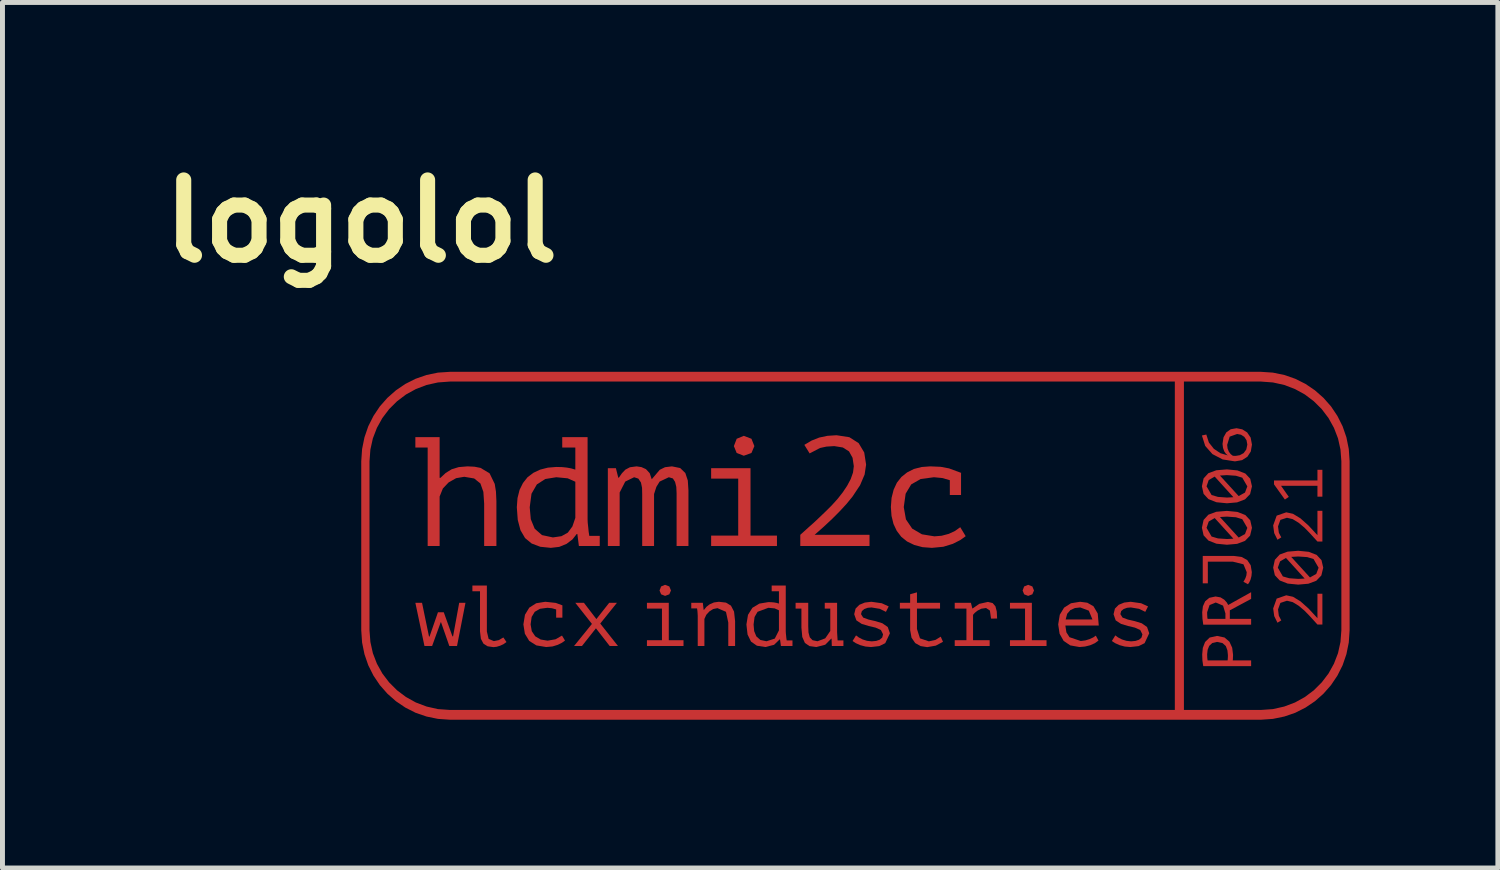
<source format=kicad_pcb>
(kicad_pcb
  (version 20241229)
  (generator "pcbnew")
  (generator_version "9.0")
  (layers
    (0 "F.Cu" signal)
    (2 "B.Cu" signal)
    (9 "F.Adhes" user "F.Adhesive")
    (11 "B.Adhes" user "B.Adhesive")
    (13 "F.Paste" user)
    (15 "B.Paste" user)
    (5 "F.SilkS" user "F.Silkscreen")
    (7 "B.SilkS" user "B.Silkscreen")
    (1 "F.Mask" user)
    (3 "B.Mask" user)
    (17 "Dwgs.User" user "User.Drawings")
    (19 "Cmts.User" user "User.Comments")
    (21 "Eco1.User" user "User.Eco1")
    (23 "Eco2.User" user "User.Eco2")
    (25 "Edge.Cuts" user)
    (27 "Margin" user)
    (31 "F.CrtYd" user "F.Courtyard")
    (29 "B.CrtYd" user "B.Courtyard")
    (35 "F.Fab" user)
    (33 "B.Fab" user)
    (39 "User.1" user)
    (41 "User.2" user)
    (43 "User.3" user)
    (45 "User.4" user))
  (footprint "logolol"
    (layer "F.Cu")
    (at 4.26 4.474)
    (property "Reference" "logolol" (at 0 -3.048 0) (layer "F.SilkS") (effects (font (size 1.524 1.524) (thickness 0.305))))
    (attr exclude_from_pos_files exclude_from_bom)
    (fp_poly (pts (xy 16.463 0.099) (xy 16.463 6.941) (xy 16.647 6.941) (xy 16.647 0.099) (xy 16.463 0.099)) (stroke (width 0) (type solid)) (fill yes) (layer "F.Cu"))
    (fp_poly (pts (xy 19.349 2.526) (xy 19.349 2.307) (xy 18.613 2.307) (xy 18.769 2.53) (xy 18.69 2.585) (xy 18.47 2.277) (xy 18.47 2.199) (xy 19.349 2.199) (xy 19.349 1.983) (xy 19.449 1.983) (xy 19.449 2.526) (xy 19.349 2.526)) (stroke (width 0) (type solid)) (fill yes) (layer "F.Cu"))
    (fp_poly (pts (xy 4.668 5.101) (xy 4.331 4.674) (xy 4.506 4.674) (xy 4.758 5.003) (xy 5.017 4.674) (xy 5.174 4.674) (xy 4.836 5.094) (xy 5.195 5.548) (xy 5.027 5.548) (xy 4.749 5.19) (xy 4.466 5.548) (xy 4.306 5.548) (xy 4.668 5.101)) (stroke (width 0) (type solid)) (fill yes) (layer "F.Cu"))
    (fp_poly (pts (xy 1.67 4.866) (xy 1.845 5.352) (xy 1.858 5.352) (xy 1.982 4.674) (xy 2.109 4.674) (xy 1.938 5.548) (xy 1.782 5.548) (xy 1.614 5.066) (xy 1.609 5.066) (xy 1.434 5.548) (xy 1.279 5.548) (xy 1.095 4.674) (xy 1.23 4.674) (xy 1.371 5.356) (xy 1.382 5.356) (xy 1.552 4.866) (xy 1.67 4.866)) (stroke (width 0) (type solid)) (fill yes) (layer "F.Cu"))
    (fp_poly (pts (xy 2.249 4.324) (xy 2.542 4.324) (xy 2.542 5.254) (xy 2.578 5.405) (xy 2.683 5.449) (xy 2.783 5.429) (xy 2.876 5.375) (xy 2.939 5.468) (xy 2.877 5.512) (xy 2.809 5.543) (xy 2.739 5.564) (xy 2.674 5.571) (xy 2.557 5.554) (xy 2.473 5.501) (xy 2.421 5.403) (xy 2.403 5.254) (xy 2.403 4.441) (xy 2.249 4.441) (xy 2.249 4.324)) (stroke (width 0) (type solid)) (fill yes) (layer "F.Cu"))
    (fp_poly (pts (xy 5.781 5.548) (xy 5.781 5.431) (xy 6.085 5.431) (xy 6.085 4.791) (xy 5.781 4.791) (xy 5.781 4.674) (xy 6.036 4.425) (xy 6.068 4.343) (xy 6.148 4.31) (xy 6.234 4.343) (xy 6.267 4.425) (xy 6.234 4.502) (xy 6.148 4.534) (xy 6.068 4.502) (xy 6.036 4.425) (xy 5.781 4.674) (xy 6.223 4.674) (xy 6.223 5.431) (xy 6.521 5.431) (xy 6.521 5.548) (xy 5.781 5.548)) (stroke (width 0) (type solid)) (fill yes) (layer "F.Cu"))
    (fp_poly (pts (xy 7.08 3.525) (xy 7.08 3.314) (xy 7.628 3.314) (xy 7.628 2.161) (xy 7.08 2.161) (xy 7.08 1.95) (xy 7.54 1.503) (xy 7.597 1.355) (xy 7.741 1.295) (xy 7.896 1.355) (xy 7.955 1.503) (xy 7.896 1.642) (xy 7.741 1.698) (xy 7.597 1.642) (xy 7.54 1.503) (xy 7.08 1.95) (xy 7.877 1.95) (xy 7.877 3.314) (xy 8.412 3.314) (xy 8.412 3.525) (xy 7.08 3.525)) (stroke (width 0) (type solid)) (fill yes) (layer "F.Cu"))
    (fp_poly (pts (xy 13.127 5.548) (xy 13.127 5.431) (xy 13.432 5.431) (xy 13.432 4.791) (xy 13.127 4.791) (xy 13.127 4.674) (xy 13.383 4.425) (xy 13.414 4.343) (xy 13.495 4.31) (xy 13.58 4.343) (xy 13.613 4.425) (xy 13.58 4.502) (xy 13.495 4.534) (xy 13.414 4.502) (xy 13.383 4.425) (xy 13.127 4.674) (xy 13.57 4.674) (xy 13.57 5.431) (xy 13.867 5.431) (xy 13.867 5.548) (xy 13.127 5.548)) (stroke (width 0) (type solid)) (fill yes) (layer "F.Cu"))
    (fp_poly (pts (xy 17.028 4.28) (xy 17.028 3.726) (xy 17.66 3.726) (xy 17.816 3.747) (xy 17.929 3.81) (xy 17.998 3.913) (xy 18.021 4.052) (xy 18.014 4.132) (xy 17.995 4.205) (xy 17.969 4.262) (xy 17.943 4.298) (xy 17.851 4.248) (xy 17.872 4.213) (xy 17.893 4.172) (xy 17.911 4.119) (xy 17.918 4.055) (xy 17.852 3.895) (xy 17.639 3.842) (xy 17.131 3.842) (xy 17.131 4.28) (xy 17.028 4.28)) (stroke (width 0) (type solid)) (fill yes) (layer "F.Cu"))
    (fp_poly (pts (xy 10.899 4.674) (xy 11.107 4.674) (xy 11.107 4.501) (xy 11.245 4.462) (xy 11.245 4.674) (xy 11.712 4.674) (xy 11.712 4.791) (xy 11.245 4.791) (xy 11.245 5.204) (xy 11.306 5.393) (xy 11.485 5.454) (xy 11.621 5.424) (xy 11.726 5.359) (xy 11.772 5.463) (xy 11.626 5.541) (xy 11.452 5.571) (xy 11.32 5.55) (xy 11.21 5.489) (xy 11.135 5.38) (xy 11.107 5.225) (xy 11.107 4.791) (xy 10.899 4.791) (xy 10.899 4.674)) (stroke (width 0) (type solid)) (fill yes) (layer "F.Cu"))
    (fp_poly (pts (xy 18.718 2.843) (xy 18.854 2.873) (xy 19.004 2.964) (xy 19.169 3.111) (xy 19.349 3.306) (xy 19.349 2.812) (xy 19.449 2.812) (xy 19.449 3.434) (xy 19.349 3.434) (xy 19.283 3.362) (xy 19.192 3.262) (xy 19.086 3.153) (xy 18.968 3.054) (xy 18.848 2.981) (xy 18.732 2.953) (xy 18.599 2.996) (xy 18.551 3.129) (xy 18.568 3.257) (xy 18.617 3.35) (xy 18.54 3.398) (xy 18.474 3.264) (xy 18.453 3.108) (xy 18.524 2.91) (xy 18.718 2.843)) (stroke (width 0) (type solid)) (fill yes) (layer "F.Cu"))
    (fp_poly (pts (xy 18.718 4.522) (xy 18.854 4.552) (xy 19.004 4.643) (xy 19.169 4.79) (xy 19.349 4.985) (xy 19.349 4.491) (xy 19.449 4.491) (xy 19.449 5.114) (xy 19.349 5.114) (xy 19.283 5.041) (xy 19.192 4.941) (xy 19.086 4.832) (xy 18.968 4.733) (xy 18.848 4.66) (xy 18.732 4.632) (xy 18.599 4.676) (xy 18.551 4.809) (xy 18.568 4.936) (xy 18.617 5.03) (xy 18.54 5.077) (xy 18.474 4.943) (xy 18.453 4.788) (xy 18.524 4.589) (xy 18.718 4.522)) (stroke (width 0) (type solid)) (fill yes) (layer "F.Cu"))
    (fp_poly (pts (xy 12.009 5.548) (xy 12.009 5.431) (xy 12.246 5.431) (xy 12.246 4.791) (xy 12.009 4.791) (xy 12.009 4.674) (xy 12.337 4.674) (xy 12.365 4.787) (xy 12.373 4.787) (xy 12.506 4.695) (xy 12.681 4.656) (xy 12.776 4.679) (xy 12.833 4.745) (xy 12.86 4.85) (xy 12.867 4.992) (xy 12.744 4.994) (xy 12.721 4.831) (xy 12.643 4.779) (xy 12.545 4.794) (xy 12.47 4.833) (xy 12.414 4.878) (xy 12.38 4.917) (xy 12.38 5.431) (xy 12.716 5.431) (xy 12.716 5.548) (xy 12.009 5.548)) (stroke (width 0) (type solid)) (fill yes) (layer "F.Cu"))
    (fp_poly (pts (xy 9.379 4.674) (xy 9.629 4.674) (xy 9.629 5.27) (xy 9.639 5.435) (xy 9.757 5.435) (xy 9.757 5.548) (xy 9.522 5.548) (xy 9.517 5.4) (xy 9.51 5.4) (xy 9.389 5.522) (xy 9.209 5.569) (xy 9.071 5.55) (xy 8.978 5.487) (xy 8.924 5.365) (xy 8.907 5.176) (xy 8.907 4.791) (xy 8.789 4.791) (xy 8.789 4.674) (xy 9.045 4.674) (xy 9.045 5.148) (xy 9.05 5.275) (xy 9.076 5.372) (xy 9.132 5.431) (xy 9.232 5.452) (xy 9.389 5.393) (xy 9.491 5.244) (xy 9.491 4.791) (xy 9.379 4.791) (xy 9.379 4.674)) (stroke (width 0) (type solid)) (fill yes) (layer "F.Cu"))
    (fp_poly (pts (xy 1.095 1.321) (xy 1.586 1.321) (xy 1.586 2.146) (xy 1.602 2.146) (xy 1.708 2.047) (xy 1.829 1.972) (xy 1.973 1.928) (xy 2.15 1.913) (xy 2.291 1.92) (xy 2.414 1.944) (xy 2.597 2.054) (xy 2.701 2.268) (xy 2.726 2.424) (xy 2.735 2.618) (xy 2.735 3.525) (xy 2.487 3.525) (xy 2.487 2.665) (xy 2.471 2.429) (xy 2.411 2.259) (xy 2.285 2.158) (xy 2.084 2.124) (xy 1.92 2.152) (xy 1.769 2.237) (xy 1.652 2.36) (xy 1.586 2.523) (xy 1.586 3.525) (xy 1.344 3.525) (xy 1.344 1.532) (xy 1.095 1.532) (xy 1.095 1.321)) (stroke (width 0) (type solid)) (fill yes) (layer "F.Cu"))
    (fp_poly (pts (xy 6.809 4.98) (xy 6.809 4.94) (xy 6.806 4.885) (xy 6.802 4.833) (xy 6.795 4.787) (xy 6.678 4.787) (xy 6.678 4.674) (xy 6.912 4.674) (xy 6.928 4.815) (xy 6.937 4.815) (xy 6.984 4.756) (xy 7.051 4.704) (xy 7.136 4.667) (xy 7.236 4.653) (xy 7.38 4.67) (xy 7.481 4.731) (xy 7.544 4.852) (xy 7.565 5.046) (xy 7.565 5.548) (xy 7.427 5.548) (xy 7.427 5.074) (xy 7.38 4.856) (xy 7.208 4.782) (xy 7.121 4.8) (xy 7.044 4.849) (xy 6.982 4.917) (xy 6.944 5.001) (xy 6.944 5.548) (xy 6.809 5.548) (xy 6.809 4.98)) (stroke (width 0) (type solid)) (fill yes) (layer "F.Cu"))
    (fp_poly (pts (xy 17.038 5.116) (xy 17.117 4.864) (xy 17.117 4.901) (xy 17.119 4.939) (xy 17.121 4.973) (xy 17.126 4.999) (xy 17.487 4.999) (xy 17.487 4.89) (xy 17.439 4.731) (xy 17.291 4.668) (xy 17.166 4.72) (xy 17.117 4.864) (xy 17.038 5.116) (xy 17.022 4.994) (xy 17.017 4.866) (xy 17.031 4.745) (xy 17.077 4.643) (xy 17.161 4.573) (xy 17.287 4.546) (xy 17.387 4.564) (xy 17.463 4.61) (xy 17.515 4.668) (xy 17.543 4.718) (xy 18.007 4.459) (xy 18.007 4.595) (xy 17.576 4.826) (xy 17.576 4.999) (xy 18.007 4.999) (xy 18.007 5.116) (xy 17.038 5.116)) (stroke (width 0) (type solid)) (fill yes) (layer "F.Cu"))
    (fp_poly (pts (xy 3.944 4.808) (xy 3.859 4.784) (xy 3.766 4.775) (xy 3.617 4.795) (xy 3.511 4.856) (xy 3.448 4.96) (xy 3.427 5.111) (xy 3.451 5.249) (xy 3.521 5.352) (xy 3.631 5.417) (xy 3.771 5.44) (xy 3.932 5.412) (xy 4.062 5.337) (xy 4.123 5.438) (xy 4.062 5.482) (xy 3.978 5.524) (xy 3.871 5.557) (xy 3.743 5.569) (xy 3.544 5.536) (xy 3.399 5.445) (xy 3.311 5.3) (xy 3.281 5.111) (xy 3.313 4.915) (xy 3.4 4.772) (xy 3.54 4.683) (xy 3.724 4.653) (xy 3.936 4.676) (xy 4.072 4.726) (xy 4.07 4.731) (xy 4.07 4.975) (xy 3.944 4.975) (xy 3.944 4.808)) (stroke (width 0) (type solid)) (fill yes) (layer "F.Cu"))
    (fp_poly (pts (xy 14.918 5.438) (xy 14.845 5.491) (xy 14.75 5.533) (xy 14.645 5.559) (xy 14.534 5.569) (xy 14.348 5.536) (xy 14.213 5.445) (xy 14.254 5.011) (xy 14.796 5.011) (xy 14.722 4.833) (xy 14.549 4.768) (xy 14.441 4.78) (xy 14.35 4.821) (xy 14.285 4.896) (xy 14.254 5.011) (xy 14.213 5.445) (xy 14.131 5.3) (xy 14.103 5.111) (xy 14.135 4.915) (xy 14.222 4.772) (xy 14.362 4.683) (xy 14.546 4.653) (xy 14.691 4.672) (xy 14.817 4.744) (xy 14.903 4.891) (xy 14.924 5.134) (xy 14.248 5.134) (xy 14.269 5.272) (xy 14.332 5.37) (xy 14.56 5.447) (xy 14.652 5.435) (xy 14.74 5.408) (xy 14.815 5.373) (xy 14.864 5.338) (xy 14.918 5.438)) (stroke (width 0) (type solid)) (fill yes) (layer "F.Cu"))
    (fp_poly (pts (xy 17.038 5.955) (xy 17.117 5.716) (xy 17.119 5.786) (xy 17.126 5.839) (xy 17.531 5.839) (xy 17.534 5.817) (xy 17.536 5.784) (xy 17.537 5.752) (xy 17.537 5.73) (xy 17.527 5.635) (xy 17.495 5.549) (xy 17.428 5.489) (xy 17.317 5.465) (xy 17.221 5.488) (xy 17.159 5.545) (xy 17.127 5.625) (xy 17.117 5.716) (xy 17.038 5.955) (xy 17.021 5.84) (xy 17.017 5.719) (xy 17.029 5.587) (xy 17.075 5.467) (xy 17.168 5.377) (xy 17.317 5.344) (xy 17.469 5.376) (xy 17.568 5.461) (xy 17.624 5.583) (xy 17.641 5.724) (xy 17.641 5.747) (xy 17.639 5.78) (xy 17.638 5.815) (xy 17.635 5.839) (xy 18.007 5.839) (xy 18.007 5.955) (xy 17.038 5.955)) (stroke (width 0) (type solid)) (fill yes) (layer "F.Cu"))
    (fp_poly (pts (xy 17.517 2.66) (xy 17.755 2.514) (xy 17.883 2.443) (xy 17.93 2.318) (xy 17.828 2.142) (xy 17.699 2.103) (xy 17.517 2.09) (xy 17.376 2.099) (xy 17.755 2.514) (xy 17.517 2.66) (xy 17.305 2.639) (xy 17.517 2.544) (xy 17.585 2.541) (xy 17.648 2.537) (xy 17.27 2.12) (xy 17.149 2.19) (xy 17.105 2.317) (xy 17.207 2.493) (xy 17.336 2.531) (xy 17.517 2.544) (xy 17.305 2.639) (xy 17.144 2.576) (xy 17.045 2.469) (xy 17.011 2.316) (xy 17.045 2.157) (xy 17.142 2.051) (xy 17.302 1.992) (xy 17.517 1.974) (xy 17.73 1.995) (xy 17.89 2.058) (xy 17.989 2.164) (xy 18.024 2.317) (xy 17.986 2.475) (xy 17.883 2.581) (xy 17.723 2.642) (xy 17.517 2.66)) (stroke (width 0) (type solid)) (fill yes) (layer "F.Cu"))
    (fp_poly (pts (xy 17.517 3.499) (xy 17.755 3.354) (xy 17.883 3.282) (xy 17.93 3.158) (xy 17.828 2.982) (xy 17.699 2.943) (xy 17.517 2.93) (xy 17.376 2.938) (xy 17.755 3.354) (xy 17.517 3.499) (xy 17.305 3.478) (xy 17.517 3.383) (xy 17.585 3.38) (xy 17.648 3.376) (xy 17.27 2.959) (xy 17.149 3.029) (xy 17.105 3.157) (xy 17.207 3.333) (xy 17.336 3.371) (xy 17.517 3.383) (xy 17.305 3.478) (xy 17.144 3.415) (xy 17.045 3.309) (xy 17.011 3.155) (xy 17.045 2.997) (xy 17.142 2.891) (xy 17.302 2.832) (xy 17.517 2.814) (xy 17.73 2.835) (xy 17.89 2.898) (xy 17.989 3.004) (xy 18.024 3.157) (xy 17.986 3.315) (xy 17.883 3.421) (xy 17.723 3.481) (xy 17.517 3.499)) (stroke (width 0) (type solid)) (fill yes) (layer "F.Cu"))
    (fp_poly (pts (xy 18.96 4.306) (xy 19.198 4.161) (xy 19.325 4.089) (xy 19.372 3.965) (xy 19.27 3.788) (xy 19.141 3.749) (xy 18.96 3.737) (xy 18.818 3.745) (xy 19.198 4.161) (xy 18.96 4.306) (xy 18.747 4.285) (xy 18.96 4.19) (xy 19.027 4.187) (xy 19.09 4.183) (xy 18.712 3.766) (xy 18.592 3.836) (xy 18.547 3.963) (xy 18.649 4.14) (xy 18.778 4.177) (xy 18.96 4.19) (xy 18.747 4.285) (xy 18.586 4.222) (xy 18.487 4.116) (xy 18.453 3.962) (xy 18.487 3.804) (xy 18.585 3.697) (xy 18.744 3.639) (xy 18.96 3.621) (xy 19.172 3.642) (xy 19.332 3.704) (xy 19.431 3.811) (xy 19.466 3.963) (xy 19.428 4.121) (xy 19.325 4.228) (xy 19.165 4.288) (xy 18.96 4.306)) (stroke (width 0) (type solid)) (fill yes) (layer "F.Cu"))
    (fp_poly (pts (xy 10.216 1.878) (xy 10.186 2.078) (xy 10.094 2.294) (xy 9.942 2.523) (xy 9.824 2.668) (xy 9.687 2.817) (xy 9.533 2.972) (xy 9.362 3.132) (xy 9.174 3.298) (xy 10.285 3.298) (xy 10.285 3.525) (xy 8.884 3.525) (xy 8.884 3.298) (xy 9.048 3.15) (xy 9.156 3.054) (xy 9.272 2.945) (xy 9.392 2.83) (xy 9.517 2.706) (xy 9.635 2.576) (xy 9.741 2.442) (xy 9.832 2.306) (xy 9.904 2.171) (xy 9.951 2.038) (xy 9.967 1.909) (xy 9.942 1.74) (xy 9.87 1.61) (xy 9.745 1.531) (xy 9.571 1.503) (xy 9.414 1.513) (xy 9.284 1.541) (xy 9.073 1.651) (xy 8.966 1.478) (xy 9.113 1.391) (xy 9.268 1.33) (xy 9.434 1.295) (xy 9.618 1.283) (xy 9.877 1.323) (xy 10.065 1.443) (xy 10.178 1.632) (xy 10.216 1.878)) (stroke (width 0) (type solid)) (fill yes) (layer "F.Cu"))
    (fp_poly (pts (xy 5.685 3.525) (xy 5.685 2.476) (xy 5.682 2.347) (xy 5.66 2.24) (xy 5.607 2.161) (xy 5.522 2.133) (xy 5.342 2.221) (xy 5.229 2.442) (xy 5.229 3.525) (xy 4.99 3.525) (xy 4.99 1.95) (xy 5.153 1.95) (xy 5.201 2.142) (xy 5.213 2.142) (xy 5.276 2.051) (xy 5.345 1.979) (xy 5.437 1.931) (xy 5.572 1.913) (xy 5.67 1.928) (xy 5.761 1.969) (xy 5.837 2.051) (xy 5.878 2.174) (xy 6.041 1.982) (xy 6.147 1.93) (xy 6.287 1.913) (xy 6.454 1.947) (xy 6.558 2.048) (xy 6.608 2.199) (xy 6.621 2.401) (xy 6.621 3.525) (xy 6.381 3.525) (xy 6.381 2.454) (xy 6.375 2.328) (xy 6.35 2.227) (xy 6.306 2.158) (xy 6.224 2.133) (xy 6.038 2.221) (xy 5.972 2.328) (xy 5.925 2.473) (xy 5.925 3.525) (xy 5.685 3.525)) (stroke (width 0) (type solid)) (fill yes) (layer "F.Cu"))
    (fp_poly (pts (xy 10.559 5.312) (xy 10.516 5.225) (xy 10.407 5.176) (xy 10.267 5.143) (xy 10.127 5.101) (xy 10.019 5.029) (xy 9.975 4.905) (xy 10.003 4.791) (xy 10.08 4.714) (xy 10.19 4.669) (xy 10.322 4.653) (xy 10.533 4.683) (xy 10.673 4.747) (xy 10.617 4.857) (xy 10.493 4.796) (xy 10.325 4.768) (xy 10.248 4.775) (xy 10.18 4.8) (xy 10.131 4.84) (xy 10.113 4.903) (xy 10.157 4.973) (xy 10.266 5.013) (xy 10.406 5.045) (xy 10.545 5.088) (xy 10.654 5.164) (xy 10.698 5.291) (xy 10.603 5.491) (xy 10.483 5.55) (xy 10.316 5.569) (xy 10.203 5.559) (xy 10.098 5.531) (xy 10.008 5.491) (xy 9.942 5.447) (xy 10.012 5.333) (xy 10.068 5.375) (xy 10.145 5.415) (xy 10.234 5.443) (xy 10.33 5.454) (xy 10.42 5.445) (xy 10.491 5.421) (xy 10.542 5.377) (xy 10.559 5.312)) (stroke (width 0) (type solid)) (fill yes) (layer "F.Cu"))
    (fp_poly (pts (xy 15.807 5.312) (xy 15.763 5.225) (xy 15.655 5.176) (xy 15.515 5.143) (xy 15.375 5.101) (xy 15.266 5.029) (xy 15.223 4.905) (xy 15.251 4.791) (xy 15.328 4.714) (xy 15.438 4.669) (xy 15.569 4.653) (xy 15.781 4.683) (xy 15.921 4.747) (xy 15.865 4.857) (xy 15.74 4.796) (xy 15.573 4.768) (xy 15.496 4.775) (xy 15.427 4.8) (xy 15.378 4.84) (xy 15.361 4.903) (xy 15.405 4.973) (xy 15.513 5.013) (xy 15.653 5.045) (xy 15.793 5.088) (xy 15.901 5.164) (xy 15.945 5.291) (xy 15.851 5.491) (xy 15.731 5.55) (xy 15.564 5.569) (xy 15.45 5.559) (xy 15.345 5.531) (xy 15.256 5.491) (xy 15.189 5.447) (xy 15.259 5.333) (xy 15.315 5.375) (xy 15.392 5.415) (xy 15.482 5.443) (xy 15.578 5.454) (xy 15.667 5.445) (xy 15.739 5.421) (xy 15.789 5.377) (xy 15.807 5.312)) (stroke (width 0) (type solid)) (fill yes) (layer "F.Cu"))
    (fp_poly (pts (xy 8.305 4.324) (xy 8.59 4.324) (xy 8.452 5.232) (xy 8.452 4.826) (xy 8.366 4.787) (xy 8.238 4.775) (xy 8.02 4.856) (xy 7.959 4.961) (xy 7.939 5.113) (xy 7.951 5.247) (xy 7.995 5.354) (xy 8.077 5.426) (xy 8.2 5.452) (xy 8.368 5.398) (xy 8.452 5.232) (xy 8.59 4.324) (xy 8.59 5.249) (xy 8.592 5.288) (xy 8.597 5.338) (xy 8.602 5.389) (xy 8.609 5.435) (xy 8.726 5.435) (xy 8.726 5.548) (xy 8.492 5.548) (xy 8.474 5.414) (xy 8.467 5.414) (xy 8.354 5.524) (xy 8.177 5.569) (xy 8.006 5.542) (xy 7.887 5.459) (xy 7.817 5.316) (xy 7.794 5.113) (xy 7.826 4.917) (xy 7.915 4.775) (xy 8.056 4.69) (xy 8.238 4.66) (xy 8.305 4.662) (xy 8.357 4.667) (xy 8.405 4.676) (xy 8.452 4.69) (xy 8.452 4.441) (xy 8.305 4.441) (xy 8.305 4.324)) (stroke (width 0) (type solid)) (fill yes) (layer "F.Cu"))
    (fp_poly (pts (xy 11.91 2.193) (xy 11.756 2.149) (xy 11.589 2.133) (xy 11.32 2.169) (xy 11.129 2.278) (xy 11.016 2.466) (xy 10.978 2.737) (xy 11.022 2.986) (xy 11.148 3.172) (xy 11.346 3.288) (xy 11.598 3.329) (xy 11.744 3.317) (xy 11.888 3.279) (xy 12.015 3.22) (xy 12.121 3.144) (xy 12.231 3.326) (xy 12.121 3.405) (xy 11.97 3.481) (xy 11.778 3.54) (xy 11.548 3.562) (xy 11.357 3.548) (xy 11.189 3.503) (xy 11.045 3.433) (xy 10.928 3.339) (xy 10.836 3.218) (xy 10.77 3.078) (xy 10.73 2.915) (xy 10.717 2.737) (xy 10.731 2.551) (xy 10.773 2.385) (xy 10.839 2.243) (xy 10.931 2.127) (xy 11.046 2.035) (xy 11.183 1.966) (xy 11.339 1.926) (xy 11.513 1.913) (xy 11.725 1.922) (xy 11.894 1.954) (xy 12.14 2.045) (xy 12.137 2.054) (xy 12.137 2.492) (xy 11.91 2.492) (xy 11.91 2.193)) (stroke (width 0) (type solid)) (fill yes) (layer "F.Cu"))
    (fp_poly (pts (xy 17.712 1.141) (xy 17.723 1.258) (xy 17.573 1.312) (xy 17.522 1.479) (xy 17.531 1.554) (xy 17.557 1.617) (xy 17.594 1.666) (xy 17.636 1.698) (xy 17.667 1.701) (xy 17.694 1.701) (xy 17.778 1.687) (xy 17.855 1.645) (xy 17.909 1.572) (xy 17.93 1.472) (xy 17.914 1.385) (xy 17.869 1.316) (xy 17.803 1.273) (xy 17.723 1.258) (xy 17.712 1.141) (xy 17.828 1.164) (xy 17.927 1.227) (xy 17.997 1.33) (xy 18.024 1.473) (xy 18 1.612) (xy 17.932 1.718) (xy 17.824 1.787) (xy 17.68 1.812) (xy 17.431 1.773) (xy 17.224 1.665) (xy 17.078 1.5) (xy 17.011 1.288) (xy 17.1 1.269) (xy 17.152 1.43) (xy 17.253 1.558) (xy 17.386 1.647) (xy 17.534 1.691) (xy 17.497 1.658) (xy 17.462 1.607) (xy 17.438 1.539) (xy 17.428 1.459) (xy 17.448 1.326) (xy 17.505 1.225) (xy 17.594 1.162) (xy 17.712 1.141)) (stroke (width 0) (type solid)) (fill yes) (layer "F.Cu"))
    (fp_poly (pts (xy 4.067 1.321) (xy 4.58 1.321) (xy 4.332 2.955) (xy 4.332 2.224) (xy 4.177 2.155) (xy 3.947 2.133) (xy 3.724 2.169) (xy 3.554 2.278) (xy 3.445 2.467) (xy 3.409 2.741) (xy 3.431 2.983) (xy 3.51 3.175) (xy 3.658 3.304) (xy 3.878 3.351) (xy 4.051 3.326) (xy 4.18 3.254) (xy 4.273 3.128) (xy 4.332 2.955) (xy 4.58 1.321) (xy 4.58 2.986) (xy 4.583 3.055) (xy 4.593 3.147) (xy 4.602 3.238) (xy 4.615 3.32) (xy 4.826 3.32) (xy 4.826 3.525) (xy 4.404 3.525) (xy 4.373 3.282) (xy 4.36 3.282) (xy 4.274 3.391) (xy 4.155 3.481) (xy 4.007 3.542) (xy 3.837 3.562) (xy 3.622 3.54) (xy 3.448 3.474) (xy 3.315 3.364) (xy 3.222 3.205) (xy 3.167 2.997) (xy 3.148 2.741) (xy 3.162 2.554) (xy 3.204 2.388) (xy 3.273 2.249) (xy 3.365 2.133) (xy 3.482 2.044) (xy 3.62 1.979) (xy 3.776 1.939) (xy 3.947 1.925) (xy 4.067 1.928) (xy 4.162 1.938) (xy 4.247 1.954) (xy 4.332 1.979) (xy 4.332 1.532) (xy 4.067 1.532) (xy 4.067 1.321)) (stroke (width 0) (type solid)) (fill yes) (layer "F.Cu"))
    (fp_poly (pts (xy 1.794 0) (xy 1.794 0.197) (xy 18.206 0.197) (xy 18.448 0.215) (xy 18.678 0.266) (xy 18.895 0.349) (xy 19.095 0.459) (xy 19.276 0.596) (xy 19.436 0.755) (xy 19.573 0.936) (xy 19.683 1.134) (xy 19.765 1.347) (xy 19.815 1.573) (xy 19.833 1.809) (xy 19.833 5.23) (xy 19.815 5.466) (xy 19.765 5.693) (xy 19.683 5.906) (xy 19.573 6.104) (xy 19.436 6.284) (xy 19.276 6.444) (xy 19.095 6.58) (xy 18.895 6.691) (xy 18.678 6.773) (xy 18.448 6.825) (xy 18.206 6.842) (xy 1.794 6.842) (xy 1.552 6.825) (xy 1.322 6.773) (xy 1.105 6.691) (xy 0.905 6.58) (xy 0.724 6.444) (xy 0.564 6.284) (xy 0.427 6.104) (xy 0.317 5.906) (xy 0.235 5.693) (xy 0.185 5.466) (xy 0.167 5.23) (xy 0.167 1.809) (xy 0.185 1.573) (xy 0.235 1.347) (xy 0.317 1.134) (xy 0.427 0.936) (xy 0.564 0.755) (xy 0.724 0.596) (xy 0.905 0.459) (xy 1.105 0.349) (xy 1.322 0.266) (xy 1.552 0.215) (xy 1.794 0.197) (xy 1.794 0) (xy 1.552 0.016) (xy 1.32 0.064) (xy 1.099 0.141) (xy 0.892 0.245) (xy 0.701 0.375) (xy 0.529 0.527) (xy 0.376 0.7) (xy 0.247 0.893) (xy 0.142 1.102) (xy 0.065 1.326) (xy 0.017 1.562) (xy 0 1.809) (xy 0 5.23) (xy 0.017 5.478) (xy 0.065 5.714) (xy 0.142 5.938) (xy 0.247 6.147) (xy 0.376 6.339) (xy 0.529 6.513) (xy 0.701 6.665) (xy 0.892 6.794) (xy 1.099 6.899) (xy 1.32 6.975) (xy 1.552 7.023) (xy 1.794 7.04) (xy 18.206 7.04) (xy 18.447 7.023) (xy 18.68 6.975) (xy 18.901 6.899) (xy 19.108 6.794) (xy 19.299 6.665) (xy 19.471 6.513) (xy 19.624 6.339) (xy 19.753 6.147) (xy 19.858 5.938) (xy 19.935 5.714) (xy 19.983 5.478) (xy 20 5.23) (xy 20 1.809) (xy 19.983 1.562) (xy 19.935 1.325) (xy 19.858 1.102) (xy 19.753 0.893) (xy 19.624 0.7) (xy 19.471 0.527) (xy 19.299 0.375) (xy 19.108 0.245) (xy 18.901 0.141) (xy 18.68 0.064) (xy 18.447 0.016) (xy 18.206 0) (xy 1.794 0)) (stroke (width 0) (type solid)) (fill yes) (layer "F.Cu"))
    (fp_poly (pts (xy 16.463 0.099) (xy 16.463 6.941) (xy 16.647 6.941) (xy 16.647 0.099) (xy 16.463 0.099)) (stroke (width 0) (type solid)) (fill yes) (layer "F.Mask"))
    (fp_poly (pts (xy 19.349 2.526) (xy 19.349 2.307) (xy 18.613 2.307) (xy 18.769 2.53) (xy 18.69 2.585) (xy 18.47 2.277) (xy 18.47 2.199) (xy 19.349 2.199) (xy 19.349 1.983) (xy 19.449 1.983) (xy 19.449 2.526) (xy 19.349 2.526)) (stroke (width 0) (type solid)) (fill yes) (layer "F.Mask"))
    (fp_poly (pts (xy 4.668 5.101) (xy 4.331 4.674) (xy 4.506 4.674) (xy 4.758 5.003) (xy 5.017 4.674) (xy 5.174 4.674) (xy 4.836 5.094) (xy 5.195 5.548) (xy 5.027 5.548) (xy 4.749 5.19) (xy 4.466 5.548) (xy 4.306 5.548) (xy 4.668 5.101)) (stroke (width 0) (type solid)) (fill yes) (layer "F.Mask"))
    (fp_poly (pts (xy 1.67 4.866) (xy 1.845 5.352) (xy 1.858 5.352) (xy 1.982 4.674) (xy 2.109 4.674) (xy 1.938 5.548) (xy 1.782 5.548) (xy 1.614 5.066) (xy 1.609 5.066) (xy 1.434 5.548) (xy 1.279 5.548) (xy 1.095 4.674) (xy 1.23 4.674) (xy 1.371 5.356) (xy 1.382 5.356) (xy 1.552 4.866) (xy 1.67 4.866)) (stroke (width 0) (type solid)) (fill yes) (layer "F.Mask"))
    (fp_poly (pts (xy 2.249 4.324) (xy 2.542 4.324) (xy 2.542 5.254) (xy 2.578 5.405) (xy 2.683 5.449) (xy 2.783 5.429) (xy 2.876 5.375) (xy 2.939 5.468) (xy 2.877 5.512) (xy 2.809 5.543) (xy 2.739 5.564) (xy 2.674 5.571) (xy 2.557 5.554) (xy 2.473 5.501) (xy 2.421 5.403) (xy 2.403 5.254) (xy 2.403 4.441) (xy 2.249 4.441) (xy 2.249 4.324)) (stroke (width 0) (type solid)) (fill yes) (layer "F.Mask"))
    (fp_poly (pts (xy 5.781 5.548) (xy 5.781 5.431) (xy 6.085 5.431) (xy 6.085 4.791) (xy 5.781 4.791) (xy 5.781 4.674) (xy 6.036 4.425) (xy 6.068 4.343) (xy 6.148 4.31) (xy 6.234 4.343) (xy 6.267 4.425) (xy 6.234 4.502) (xy 6.148 4.534) (xy 6.068 4.502) (xy 6.036 4.425) (xy 5.781 4.674) (xy 6.223 4.674) (xy 6.223 5.431) (xy 6.521 5.431) (xy 6.521 5.548) (xy 5.781 5.548)) (stroke (width 0) (type solid)) (fill yes) (layer "F.Mask"))
    (fp_poly (pts (xy 7.08 3.525) (xy 7.08 3.314) (xy 7.628 3.314) (xy 7.628 2.161) (xy 7.08 2.161) (xy 7.08 1.95) (xy 7.54 1.503) (xy 7.597 1.355) (xy 7.741 1.295) (xy 7.896 1.355) (xy 7.955 1.503) (xy 7.896 1.642) (xy 7.741 1.698) (xy 7.597 1.642) (xy 7.54 1.503) (xy 7.08 1.95) (xy 7.877 1.95) (xy 7.877 3.314) (xy 8.412 3.314) (xy 8.412 3.525) (xy 7.08 3.525)) (stroke (width 0) (type solid)) (fill yes) (layer "F.Mask"))
    (fp_poly (pts (xy 13.127 5.548) (xy 13.127 5.431) (xy 13.432 5.431) (xy 13.432 4.791) (xy 13.127 4.791) (xy 13.127 4.674) (xy 13.383 4.425) (xy 13.414 4.343) (xy 13.495 4.31) (xy 13.58 4.343) (xy 13.613 4.425) (xy 13.58 4.502) (xy 13.495 4.534) (xy 13.414 4.502) (xy 13.383 4.425) (xy 13.127 4.674) (xy 13.57 4.674) (xy 13.57 5.431) (xy 13.867 5.431) (xy 13.867 5.548) (xy 13.127 5.548)) (stroke (width 0) (type solid)) (fill yes) (layer "F.Mask"))
    (fp_poly (pts (xy 17.028 4.28) (xy 17.028 3.726) (xy 17.66 3.726) (xy 17.816 3.747) (xy 17.929 3.81) (xy 17.998 3.913) (xy 18.021 4.052) (xy 18.014 4.132) (xy 17.995 4.205) (xy 17.969 4.262) (xy 17.943 4.298) (xy 17.851 4.248) (xy 17.872 4.213) (xy 17.893 4.172) (xy 17.911 4.119) (xy 17.918 4.055) (xy 17.852 3.895) (xy 17.639 3.842) (xy 17.131 3.842) (xy 17.131 4.28) (xy 17.028 4.28)) (stroke (width 0) (type solid)) (fill yes) (layer "F.Mask"))
    (fp_poly (pts (xy 10.899 4.674) (xy 11.107 4.674) (xy 11.107 4.501) (xy 11.245 4.462) (xy 11.245 4.674) (xy 11.712 4.674) (xy 11.712 4.791) (xy 11.245 4.791) (xy 11.245 5.204) (xy 11.306 5.393) (xy 11.485 5.454) (xy 11.621 5.424) (xy 11.726 5.359) (xy 11.772 5.463) (xy 11.626 5.541) (xy 11.452 5.571) (xy 11.32 5.55) (xy 11.21 5.489) (xy 11.135 5.38) (xy 11.107 5.225) (xy 11.107 4.791) (xy 10.899 4.791) (xy 10.899 4.674)) (stroke (width 0) (type solid)) (fill yes) (layer "F.Mask"))
    (fp_poly (pts (xy 18.718 2.843) (xy 18.854 2.873) (xy 19.004 2.964) (xy 19.169 3.111) (xy 19.349 3.306) (xy 19.349 2.812) (xy 19.449 2.812) (xy 19.449 3.434) (xy 19.349 3.434) (xy 19.283 3.362) (xy 19.192 3.262) (xy 19.086 3.153) (xy 18.968 3.054) (xy 18.848 2.981) (xy 18.732 2.953) (xy 18.599 2.996) (xy 18.551 3.129) (xy 18.568 3.257) (xy 18.617 3.35) (xy 18.54 3.398) (xy 18.474 3.264) (xy 18.453 3.108) (xy 18.524 2.91) (xy 18.718 2.843)) (stroke (width 0) (type solid)) (fill yes) (layer "F.Mask"))
    (fp_poly (pts (xy 18.718 4.522) (xy 18.854 4.552) (xy 19.004 4.643) (xy 19.169 4.79) (xy 19.349 4.985) (xy 19.349 4.491) (xy 19.449 4.491) (xy 19.449 5.114) (xy 19.349 5.114) (xy 19.283 5.041) (xy 19.192 4.941) (xy 19.086 4.832) (xy 18.968 4.733) (xy 18.848 4.66) (xy 18.732 4.632) (xy 18.599 4.676) (xy 18.551 4.809) (xy 18.568 4.936) (xy 18.617 5.03) (xy 18.54 5.077) (xy 18.474 4.943) (xy 18.453 4.788) (xy 18.524 4.589) (xy 18.718 4.522)) (stroke (width 0) (type solid)) (fill yes) (layer "F.Mask"))
    (fp_poly (pts (xy 12.009 5.548) (xy 12.009 5.431) (xy 12.246 5.431) (xy 12.246 4.791) (xy 12.009 4.791) (xy 12.009 4.674) (xy 12.337 4.674) (xy 12.365 4.787) (xy 12.373 4.787) (xy 12.506 4.695) (xy 12.681 4.656) (xy 12.776 4.679) (xy 12.833 4.745) (xy 12.86 4.85) (xy 12.867 4.992) (xy 12.744 4.994) (xy 12.721 4.831) (xy 12.643 4.779) (xy 12.545 4.794) (xy 12.47 4.833) (xy 12.414 4.878) (xy 12.38 4.917) (xy 12.38 5.431) (xy 12.716 5.431) (xy 12.716 5.548) (xy 12.009 5.548)) (stroke (width 0) (type solid)) (fill yes) (layer "F.Mask"))
    (fp_poly (pts (xy 9.379 4.674) (xy 9.629 4.674) (xy 9.629 5.27) (xy 9.639 5.435) (xy 9.757 5.435) (xy 9.757 5.548) (xy 9.522 5.548) (xy 9.517 5.4) (xy 9.51 5.4) (xy 9.389 5.522) (xy 9.209 5.569) (xy 9.071 5.55) (xy 8.978 5.487) (xy 8.924 5.365) (xy 8.907 5.176) (xy 8.907 4.791) (xy 8.789 4.791) (xy 8.789 4.674) (xy 9.045 4.674) (xy 9.045 5.148) (xy 9.05 5.275) (xy 9.076 5.372) (xy 9.132 5.431) (xy 9.232 5.452) (xy 9.389 5.393) (xy 9.491 5.244) (xy 9.491 4.791) (xy 9.379 4.791) (xy 9.379 4.674)) (stroke (width 0) (type solid)) (fill yes) (layer "F.Mask"))
    (fp_poly (pts (xy 1.095 1.321) (xy 1.586 1.321) (xy 1.586 2.146) (xy 1.602 2.146) (xy 1.708 2.047) (xy 1.829 1.972) (xy 1.973 1.928) (xy 2.15 1.913) (xy 2.291 1.92) (xy 2.414 1.944) (xy 2.597 2.054) (xy 2.701 2.268) (xy 2.726 2.424) (xy 2.735 2.618) (xy 2.735 3.525) (xy 2.487 3.525) (xy 2.487 2.665) (xy 2.471 2.429) (xy 2.411 2.259) (xy 2.285 2.158) (xy 2.084 2.124) (xy 1.92 2.152) (xy 1.769 2.237) (xy 1.652 2.36) (xy 1.586 2.523) (xy 1.586 3.525) (xy 1.344 3.525) (xy 1.344 1.532) (xy 1.095 1.532) (xy 1.095 1.321)) (stroke (width 0) (type solid)) (fill yes) (layer "F.Mask"))
    (fp_poly (pts (xy 6.809 4.98) (xy 6.809 4.94) (xy 6.806 4.885) (xy 6.802 4.833) (xy 6.795 4.787) (xy 6.678 4.787) (xy 6.678 4.674) (xy 6.912 4.674) (xy 6.928 4.815) (xy 6.937 4.815) (xy 6.984 4.756) (xy 7.051 4.704) (xy 7.136 4.667) (xy 7.236 4.653) (xy 7.38 4.67) (xy 7.481 4.731) (xy 7.544 4.852) (xy 7.565 5.046) (xy 7.565 5.548) (xy 7.427 5.548) (xy 7.427 5.074) (xy 7.38 4.856) (xy 7.208 4.782) (xy 7.121 4.8) (xy 7.044 4.849) (xy 6.982 4.917) (xy 6.944 5.001) (xy 6.944 5.548) (xy 6.809 5.548) (xy 6.809 4.98)) (stroke (width 0) (type solid)) (fill yes) (layer "F.Mask"))
    (fp_poly (pts (xy 17.038 5.116) (xy 17.117 4.864) (xy 17.117 4.901) (xy 17.119 4.939) (xy 17.121 4.973) (xy 17.126 4.999) (xy 17.487 4.999) (xy 17.487 4.89) (xy 17.439 4.731) (xy 17.291 4.668) (xy 17.166 4.72) (xy 17.117 4.864) (xy 17.038 5.116) (xy 17.022 4.994) (xy 17.017 4.866) (xy 17.031 4.745) (xy 17.077 4.643) (xy 17.161 4.573) (xy 17.287 4.546) (xy 17.387 4.564) (xy 17.463 4.61) (xy 17.515 4.668) (xy 17.543 4.718) (xy 18.007 4.459) (xy 18.007 4.595) (xy 17.576 4.826) (xy 17.576 4.999) (xy 18.007 4.999) (xy 18.007 5.116) (xy 17.038 5.116)) (stroke (width 0) (type solid)) (fill yes) (layer "F.Mask"))
    (fp_poly (pts (xy 3.944 4.808) (xy 3.859 4.784) (xy 3.766 4.775) (xy 3.617 4.795) (xy 3.511 4.856) (xy 3.448 4.96) (xy 3.427 5.111) (xy 3.451 5.249) (xy 3.521 5.352) (xy 3.631 5.417) (xy 3.771 5.44) (xy 3.932 5.412) (xy 4.062 5.337) (xy 4.123 5.438) (xy 4.062 5.482) (xy 3.978 5.524) (xy 3.871 5.557) (xy 3.743 5.569) (xy 3.544 5.536) (xy 3.399 5.445) (xy 3.311 5.3) (xy 3.281 5.111) (xy 3.313 4.915) (xy 3.4 4.772) (xy 3.54 4.683) (xy 3.724 4.653) (xy 3.936 4.676) (xy 4.072 4.726) (xy 4.07 4.731) (xy 4.07 4.975) (xy 3.944 4.975) (xy 3.944 4.808)) (stroke (width 0) (type solid)) (fill yes) (layer "F.Mask"))
    (fp_poly (pts (xy 14.918 5.438) (xy 14.845 5.491) (xy 14.75 5.533) (xy 14.645 5.559) (xy 14.534 5.569) (xy 14.348 5.536) (xy 14.213 5.445) (xy 14.254 5.011) (xy 14.796 5.011) (xy 14.722 4.833) (xy 14.549 4.768) (xy 14.441 4.78) (xy 14.35 4.821) (xy 14.285 4.896) (xy 14.254 5.011) (xy 14.213 5.445) (xy 14.131 5.3) (xy 14.103 5.111) (xy 14.135 4.915) (xy 14.222 4.772) (xy 14.362 4.683) (xy 14.546 4.653) (xy 14.691 4.672) (xy 14.817 4.744) (xy 14.903 4.891) (xy 14.924 5.134) (xy 14.248 5.134) (xy 14.269 5.272) (xy 14.332 5.37) (xy 14.56 5.447) (xy 14.652 5.435) (xy 14.74 5.408) (xy 14.815 5.373) (xy 14.864 5.338) (xy 14.918 5.438)) (stroke (width 0) (type solid)) (fill yes) (layer "F.Mask"))
    (fp_poly (pts (xy 17.038 5.955) (xy 17.117 5.716) (xy 17.119 5.786) (xy 17.126 5.839) (xy 17.531 5.839) (xy 17.534 5.817) (xy 17.536 5.784) (xy 17.537 5.752) (xy 17.537 5.73) (xy 17.527 5.635) (xy 17.495 5.549) (xy 17.428 5.489) (xy 17.317 5.465) (xy 17.221 5.488) (xy 17.159 5.545) (xy 17.127 5.625) (xy 17.117 5.716) (xy 17.038 5.955) (xy 17.021 5.84) (xy 17.017 5.719) (xy 17.029 5.587) (xy 17.075 5.467) (xy 17.168 5.377) (xy 17.317 5.344) (xy 17.469 5.376) (xy 17.568 5.461) (xy 17.624 5.583) (xy 17.641 5.724) (xy 17.641 5.747) (xy 17.639 5.78) (xy 17.638 5.815) (xy 17.635 5.839) (xy 18.007 5.839) (xy 18.007 5.955) (xy 17.038 5.955)) (stroke (width 0) (type solid)) (fill yes) (layer "F.Mask"))
    (fp_poly (pts (xy 17.517 2.66) (xy 17.755 2.514) (xy 17.883 2.443) (xy 17.93 2.318) (xy 17.828 2.142) (xy 17.699 2.103) (xy 17.517 2.09) (xy 17.376 2.099) (xy 17.755 2.514) (xy 17.517 2.66) (xy 17.305 2.639) (xy 17.517 2.544) (xy 17.585 2.541) (xy 17.648 2.537) (xy 17.27 2.12) (xy 17.149 2.19) (xy 17.105 2.317) (xy 17.207 2.493) (xy 17.336 2.531) (xy 17.517 2.544) (xy 17.305 2.639) (xy 17.144 2.576) (xy 17.045 2.469) (xy 17.011 2.316) (xy 17.045 2.157) (xy 17.142 2.051) (xy 17.302 1.992) (xy 17.517 1.974) (xy 17.73 1.995) (xy 17.89 2.058) (xy 17.989 2.164) (xy 18.024 2.317) (xy 17.986 2.475) (xy 17.883 2.581) (xy 17.723 2.642) (xy 17.517 2.66)) (stroke (width 0) (type solid)) (fill yes) (layer "F.Mask"))
    (fp_poly (pts (xy 17.517 3.499) (xy 17.755 3.354) (xy 17.883 3.282) (xy 17.93 3.158) (xy 17.828 2.982) (xy 17.699 2.943) (xy 17.517 2.93) (xy 17.376 2.938) (xy 17.755 3.354) (xy 17.517 3.499) (xy 17.305 3.478) (xy 17.517 3.383) (xy 17.585 3.38) (xy 17.648 3.376) (xy 17.27 2.959) (xy 17.149 3.029) (xy 17.105 3.157) (xy 17.207 3.333) (xy 17.336 3.371) (xy 17.517 3.383) (xy 17.305 3.478) (xy 17.144 3.415) (xy 17.045 3.309) (xy 17.011 3.155) (xy 17.045 2.997) (xy 17.142 2.891) (xy 17.302 2.832) (xy 17.517 2.814) (xy 17.73 2.835) (xy 17.89 2.898) (xy 17.989 3.004) (xy 18.024 3.157) (xy 17.986 3.315) (xy 17.883 3.421) (xy 17.723 3.481) (xy 17.517 3.499)) (stroke (width 0) (type solid)) (fill yes) (layer "F.Mask"))
    (fp_poly (pts (xy 18.96 4.306) (xy 19.198 4.161) (xy 19.325 4.089) (xy 19.372 3.965) (xy 19.27 3.788) (xy 19.141 3.749) (xy 18.96 3.737) (xy 18.818 3.745) (xy 19.198 4.161) (xy 18.96 4.306) (xy 18.747 4.285) (xy 18.96 4.19) (xy 19.027 4.187) (xy 19.09 4.183) (xy 18.712 3.766) (xy 18.592 3.836) (xy 18.547 3.963) (xy 18.649 4.14) (xy 18.778 4.177) (xy 18.96 4.19) (xy 18.747 4.285) (xy 18.586 4.222) (xy 18.487 4.116) (xy 18.453 3.962) (xy 18.487 3.804) (xy 18.585 3.697) (xy 18.744 3.639) (xy 18.96 3.621) (xy 19.172 3.642) (xy 19.332 3.704) (xy 19.431 3.811) (xy 19.466 3.963) (xy 19.428 4.121) (xy 19.325 4.228) (xy 19.165 4.288) (xy 18.96 4.306)) (stroke (width 0) (type solid)) (fill yes) (layer "F.Mask"))
    (fp_poly (pts (xy 10.216 1.878) (xy 10.186 2.078) (xy 10.094 2.294) (xy 9.942 2.523) (xy 9.824 2.668) (xy 9.687 2.817) (xy 9.533 2.972) (xy 9.362 3.132) (xy 9.174 3.298) (xy 10.285 3.298) (xy 10.285 3.525) (xy 8.884 3.525) (xy 8.884 3.298) (xy 9.048 3.15) (xy 9.156 3.054) (xy 9.272 2.945) (xy 9.392 2.83) (xy 9.517 2.706) (xy 9.635 2.576) (xy 9.741 2.442) (xy 9.832 2.306) (xy 9.904 2.171) (xy 9.951 2.038) (xy 9.967 1.909) (xy 9.942 1.74) (xy 9.87 1.61) (xy 9.745 1.531) (xy 9.571 1.503) (xy 9.414 1.513) (xy 9.284 1.541) (xy 9.073 1.651) (xy 8.966 1.478) (xy 9.113 1.391) (xy 9.268 1.33) (xy 9.434 1.295) (xy 9.618 1.283) (xy 9.877 1.323) (xy 10.065 1.443) (xy 10.178 1.632) (xy 10.216 1.878)) (stroke (width 0) (type solid)) (fill yes) (layer "F.Mask"))
    (fp_poly (pts (xy 5.685 3.525) (xy 5.685 2.476) (xy 5.682 2.347) (xy 5.66 2.24) (xy 5.607 2.161) (xy 5.522 2.133) (xy 5.342 2.221) (xy 5.229 2.442) (xy 5.229 3.525) (xy 4.99 3.525) (xy 4.99 1.95) (xy 5.153 1.95) (xy 5.201 2.142) (xy 5.213 2.142) (xy 5.276 2.051) (xy 5.345 1.979) (xy 5.437 1.931) (xy 5.572 1.913) (xy 5.67 1.928) (xy 5.761 1.969) (xy 5.837 2.051) (xy 5.878 2.174) (xy 6.041 1.982) (xy 6.147 1.93) (xy 6.287 1.913) (xy 6.454 1.947) (xy 6.558 2.048) (xy 6.608 2.199) (xy 6.621 2.401) (xy 6.621 3.525) (xy 6.381 3.525) (xy 6.381 2.454) (xy 6.375 2.328) (xy 6.35 2.227) (xy 6.306 2.158) (xy 6.224 2.133) (xy 6.038 2.221) (xy 5.972 2.328) (xy 5.925 2.473) (xy 5.925 3.525) (xy 5.685 3.525)) (stroke (width 0) (type solid)) (fill yes) (layer "F.Mask"))
    (fp_poly (pts (xy 10.559 5.312) (xy 10.516 5.225) (xy 10.407 5.176) (xy 10.267 5.143) (xy 10.127 5.101) (xy 10.019 5.029) (xy 9.975 4.905) (xy 10.003 4.791) (xy 10.08 4.714) (xy 10.19 4.669) (xy 10.322 4.653) (xy 10.533 4.683) (xy 10.673 4.747) (xy 10.617 4.857) (xy 10.493 4.796) (xy 10.325 4.768) (xy 10.248 4.775) (xy 10.18 4.8) (xy 10.131 4.84) (xy 10.113 4.903) (xy 10.157 4.973) (xy 10.266 5.013) (xy 10.406 5.045) (xy 10.545 5.088) (xy 10.654 5.164) (xy 10.698 5.291) (xy 10.603 5.491) (xy 10.483 5.55) (xy 10.316 5.569) (xy 10.203 5.559) (xy 10.098 5.531) (xy 10.008 5.491) (xy 9.942 5.447) (xy 10.012 5.333) (xy 10.068 5.375) (xy 10.145 5.415) (xy 10.234 5.443) (xy 10.33 5.454) (xy 10.42 5.445) (xy 10.491 5.421) (xy 10.542 5.377) (xy 10.559 5.312)) (stroke (width 0) (type solid)) (fill yes) (layer "F.Mask"))
    (fp_poly (pts (xy 15.807 5.312) (xy 15.763 5.225) (xy 15.655 5.176) (xy 15.515 5.143) (xy 15.375 5.101) (xy 15.266 5.029) (xy 15.223 4.905) (xy 15.251 4.791) (xy 15.328 4.714) (xy 15.438 4.669) (xy 15.569 4.653) (xy 15.781 4.683) (xy 15.921 4.747) (xy 15.865 4.857) (xy 15.74 4.796) (xy 15.573 4.768) (xy 15.496 4.775) (xy 15.427 4.8) (xy 15.378 4.84) (xy 15.361 4.903) (xy 15.405 4.973) (xy 15.513 5.013) (xy 15.653 5.045) (xy 15.793 5.088) (xy 15.901 5.164) (xy 15.945 5.291) (xy 15.851 5.491) (xy 15.731 5.55) (xy 15.564 5.569) (xy 15.45 5.559) (xy 15.345 5.531) (xy 15.256 5.491) (xy 15.189 5.447) (xy 15.259 5.333) (xy 15.315 5.375) (xy 15.392 5.415) (xy 15.482 5.443) (xy 15.578 5.454) (xy 15.667 5.445) (xy 15.739 5.421) (xy 15.789 5.377) (xy 15.807 5.312)) (stroke (width 0) (type solid)) (fill yes) (layer "F.Mask"))
    (fp_poly (pts (xy 8.305 4.324) (xy 8.59 4.324) (xy 8.452 5.232) (xy 8.452 4.826) (xy 8.366 4.787) (xy 8.238 4.775) (xy 8.02 4.856) (xy 7.959 4.961) (xy 7.939 5.113) (xy 7.951 5.247) (xy 7.995 5.354) (xy 8.077 5.426) (xy 8.2 5.452) (xy 8.368 5.398) (xy 8.452 5.232) (xy 8.59 4.324) (xy 8.59 5.249) (xy 8.592 5.288) (xy 8.597 5.338) (xy 8.602 5.389) (xy 8.609 5.435) (xy 8.726 5.435) (xy 8.726 5.548) (xy 8.492 5.548) (xy 8.474 5.414) (xy 8.467 5.414) (xy 8.354 5.524) (xy 8.177 5.569) (xy 8.006 5.542) (xy 7.887 5.459) (xy 7.817 5.316) (xy 7.794 5.113) (xy 7.826 4.917) (xy 7.915 4.775) (xy 8.056 4.69) (xy 8.238 4.66) (xy 8.305 4.662) (xy 8.357 4.667) (xy 8.405 4.676) (xy 8.452 4.69) (xy 8.452 4.441) (xy 8.305 4.441) (xy 8.305 4.324)) (stroke (width 0) (type solid)) (fill yes) (layer "F.Mask"))
    (fp_poly (pts (xy 11.91 2.193) (xy 11.756 2.149) (xy 11.589 2.133) (xy 11.32 2.169) (xy 11.129 2.278) (xy 11.016 2.466) (xy 10.978 2.737) (xy 11.022 2.986) (xy 11.148 3.172) (xy 11.346 3.288) (xy 11.598 3.329) (xy 11.744 3.317) (xy 11.888 3.279) (xy 12.015 3.22) (xy 12.121 3.144) (xy 12.231 3.326) (xy 12.121 3.405) (xy 11.97 3.481) (xy 11.778 3.54) (xy 11.548 3.562) (xy 11.357 3.548) (xy 11.189 3.503) (xy 11.045 3.433) (xy 10.928 3.339) (xy 10.836 3.218) (xy 10.77 3.078) (xy 10.73 2.915) (xy 10.717 2.737) (xy 10.731 2.551) (xy 10.773 2.385) (xy 10.839 2.243) (xy 10.931 2.127) (xy 11.046 2.035) (xy 11.183 1.966) (xy 11.339 1.926) (xy 11.513 1.913) (xy 11.725 1.922) (xy 11.894 1.954) (xy 12.14 2.045) (xy 12.137 2.054) (xy 12.137 2.492) (xy 11.91 2.492) (xy 11.91 2.193)) (stroke (width 0) (type solid)) (fill yes) (layer "F.Mask"))
    (fp_poly (pts (xy 17.712 1.141) (xy 17.723 1.258) (xy 17.573 1.312) (xy 17.522 1.479) (xy 17.531 1.554) (xy 17.557 1.617) (xy 17.594 1.666) (xy 17.636 1.698) (xy 17.667 1.701) (xy 17.694 1.701) (xy 17.778 1.687) (xy 17.855 1.645) (xy 17.909 1.572) (xy 17.93 1.472) (xy 17.914 1.385) (xy 17.869 1.316) (xy 17.803 1.273) (xy 17.723 1.258) (xy 17.712 1.141) (xy 17.828 1.164) (xy 17.927 1.227) (xy 17.997 1.33) (xy 18.024 1.473) (xy 18 1.612) (xy 17.932 1.718) (xy 17.824 1.787) (xy 17.68 1.812) (xy 17.431 1.773) (xy 17.224 1.665) (xy 17.078 1.5) (xy 17.011 1.288) (xy 17.1 1.269) (xy 17.152 1.43) (xy 17.253 1.558) (xy 17.386 1.647) (xy 17.534 1.691) (xy 17.497 1.658) (xy 17.462 1.607) (xy 17.438 1.539) (xy 17.428 1.459) (xy 17.448 1.326) (xy 17.505 1.225) (xy 17.594 1.162) (xy 17.712 1.141)) (stroke (width 0) (type solid)) (fill yes) (layer "F.Mask"))
    (fp_poly (pts (xy 4.067 1.321) (xy 4.58 1.321) (xy 4.332 2.955) (xy 4.332 2.224) (xy 4.177 2.155) (xy 3.947 2.133) (xy 3.724 2.169) (xy 3.554 2.278) (xy 3.445 2.467) (xy 3.409 2.741) (xy 3.431 2.983) (xy 3.51 3.175) (xy 3.658 3.304) (xy 3.878 3.351) (xy 4.051 3.326) (xy 4.18 3.254) (xy 4.273 3.128) (xy 4.332 2.955) (xy 4.58 1.321) (xy 4.58 2.986) (xy 4.583 3.055) (xy 4.593 3.147) (xy 4.602 3.238) (xy 4.615 3.32) (xy 4.826 3.32) (xy 4.826 3.525) (xy 4.404 3.525) (xy 4.373 3.282) (xy 4.36 3.282) (xy 4.274 3.391) (xy 4.155 3.481) (xy 4.007 3.542) (xy 3.837 3.562) (xy 3.622 3.54) (xy 3.448 3.474) (xy 3.315 3.364) (xy 3.222 3.205) (xy 3.167 2.997) (xy 3.148 2.741) (xy 3.162 2.554) (xy 3.204 2.388) (xy 3.273 2.249) (xy 3.365 2.133) (xy 3.482 2.044) (xy 3.62 1.979) (xy 3.776 1.939) (xy 3.947 1.925) (xy 4.067 1.928) (xy 4.162 1.938) (xy 4.247 1.954) (xy 4.332 1.979) (xy 4.332 1.532) (xy 4.067 1.532) (xy 4.067 1.321)) (stroke (width 0) (type solid)) (fill yes) (layer "F.Mask"))
    (fp_poly (pts (xy 1.794 0) (xy 1.794 0.197) (xy 18.206 0.197) (xy 18.448 0.215) (xy 18.678 0.266) (xy 18.895 0.349) (xy 19.095 0.459) (xy 19.276 0.596) (xy 19.436 0.755) (xy 19.573 0.936) (xy 19.683 1.134) (xy 19.765 1.347) (xy 19.815 1.573) (xy 19.833 1.809) (xy 19.833 5.23) (xy 19.815 5.466) (xy 19.765 5.693) (xy 19.683 5.906) (xy 19.573 6.104) (xy 19.436 6.284) (xy 19.276 6.444) (xy 19.095 6.58) (xy 18.895 6.691) (xy 18.678 6.773) (xy 18.448 6.825) (xy 18.206 6.842) (xy 1.794 6.842) (xy 1.552 6.825) (xy 1.322 6.773) (xy 1.105 6.691) (xy 0.905 6.58) (xy 0.724 6.444) (xy 0.564 6.284) (xy 0.427 6.104) (xy 0.317 5.906) (xy 0.235 5.693) (xy 0.185 5.466) (xy 0.167 5.23) (xy 0.167 1.809) (xy 0.185 1.573) (xy 0.235 1.347) (xy 0.317 1.134) (xy 0.427 0.936) (xy 0.564 0.755) (xy 0.724 0.596) (xy 0.905 0.459) (xy 1.105 0.349) (xy 1.322 0.266) (xy 1.552 0.215) (xy 1.794 0.197) (xy 1.794 0) (xy 1.552 0.016) (xy 1.32 0.064) (xy 1.099 0.141) (xy 0.892 0.245) (xy 0.701 0.375) (xy 0.529 0.527) (xy 0.376 0.7) (xy 0.247 0.893) (xy 0.142 1.102) (xy 0.065 1.326) (xy 0.017 1.562) (xy 0 1.809) (xy 0 5.23) (xy 0.017 5.478) (xy 0.065 5.714) (xy 0.142 5.938) (xy 0.247 6.147) (xy 0.376 6.339) (xy 0.529 6.513) (xy 0.701 6.665) (xy 0.892 6.794) (xy 1.099 6.899) (xy 1.32 6.975) (xy 1.552 7.023) (xy 1.794 7.04) (xy 18.206 7.04) (xy 18.447 7.023) (xy 18.68 6.975) (xy 18.901 6.899) (xy 19.108 6.794) (xy 19.299 6.665) (xy 19.471 6.513) (xy 19.624 6.339) (xy 19.753 6.147) (xy 19.858 5.938) (xy 19.935 5.714) (xy 19.983 5.478) (xy 20 5.23) (xy 20 1.809) (xy 19.983 1.562) (xy 19.935 1.325) (xy 19.858 1.102) (xy 19.753 0.893) (xy 19.624 0.7) (xy 19.471 0.527) (xy 19.299 0.375) (xy 19.108 0.245) (xy 18.901 0.141) (xy 18.68 0.064) (xy 18.447 0.016) (xy 18.206 0) (xy 1.794 0)) (stroke (width 0) (type solid)) (fill yes) (layer "F.Mask")))
  (gr_rect
    (start -3 -3)
    (end 27.26 14.514)
    (stroke (width 0.1) (type default))
    (fill no)
    (layer "Edge.Cuts")))
</source>
